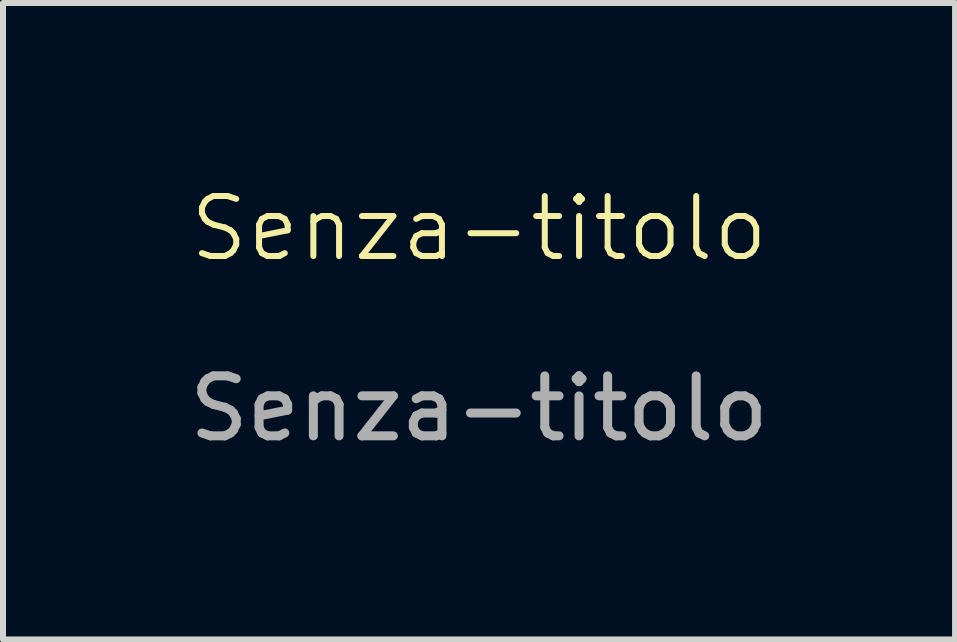
<source format=kicad_pcb>
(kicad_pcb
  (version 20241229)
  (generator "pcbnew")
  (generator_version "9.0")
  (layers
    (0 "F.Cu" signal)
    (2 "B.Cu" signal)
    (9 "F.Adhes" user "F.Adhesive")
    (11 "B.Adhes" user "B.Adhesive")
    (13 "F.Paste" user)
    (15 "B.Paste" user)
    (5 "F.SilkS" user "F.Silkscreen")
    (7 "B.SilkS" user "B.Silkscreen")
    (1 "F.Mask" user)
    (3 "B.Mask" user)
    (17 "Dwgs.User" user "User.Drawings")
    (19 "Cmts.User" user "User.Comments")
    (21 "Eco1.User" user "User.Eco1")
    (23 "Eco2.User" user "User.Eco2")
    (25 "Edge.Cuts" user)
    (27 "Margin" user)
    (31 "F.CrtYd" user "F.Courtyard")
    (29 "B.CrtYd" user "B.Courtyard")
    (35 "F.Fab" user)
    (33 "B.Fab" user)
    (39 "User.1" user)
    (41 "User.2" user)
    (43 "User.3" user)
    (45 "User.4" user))
  (footprint "Senza-titolo"
    (layer "F.Cu")
    (at 4.935 1.26)
    (property "Reference" "Senza-titolo" (at 0 -0.5 0) (unlocked yes) (layer "F.SilkS") (effects (font (size 1 1) (thickness 0.1))))
    (fp_text user "${REFERENCE}" (at 0 2.5 0) (unlocked yes) (layer "F.Fab") (effects (font (size 1 1) (thickness 0.15)))))
  (gr_rect
    (start -3 -3)
    (end 12.869 7.609)
    (stroke (width 0.1) (type default))
    (fill no)
    (layer "Edge.Cuts")))
</source>
